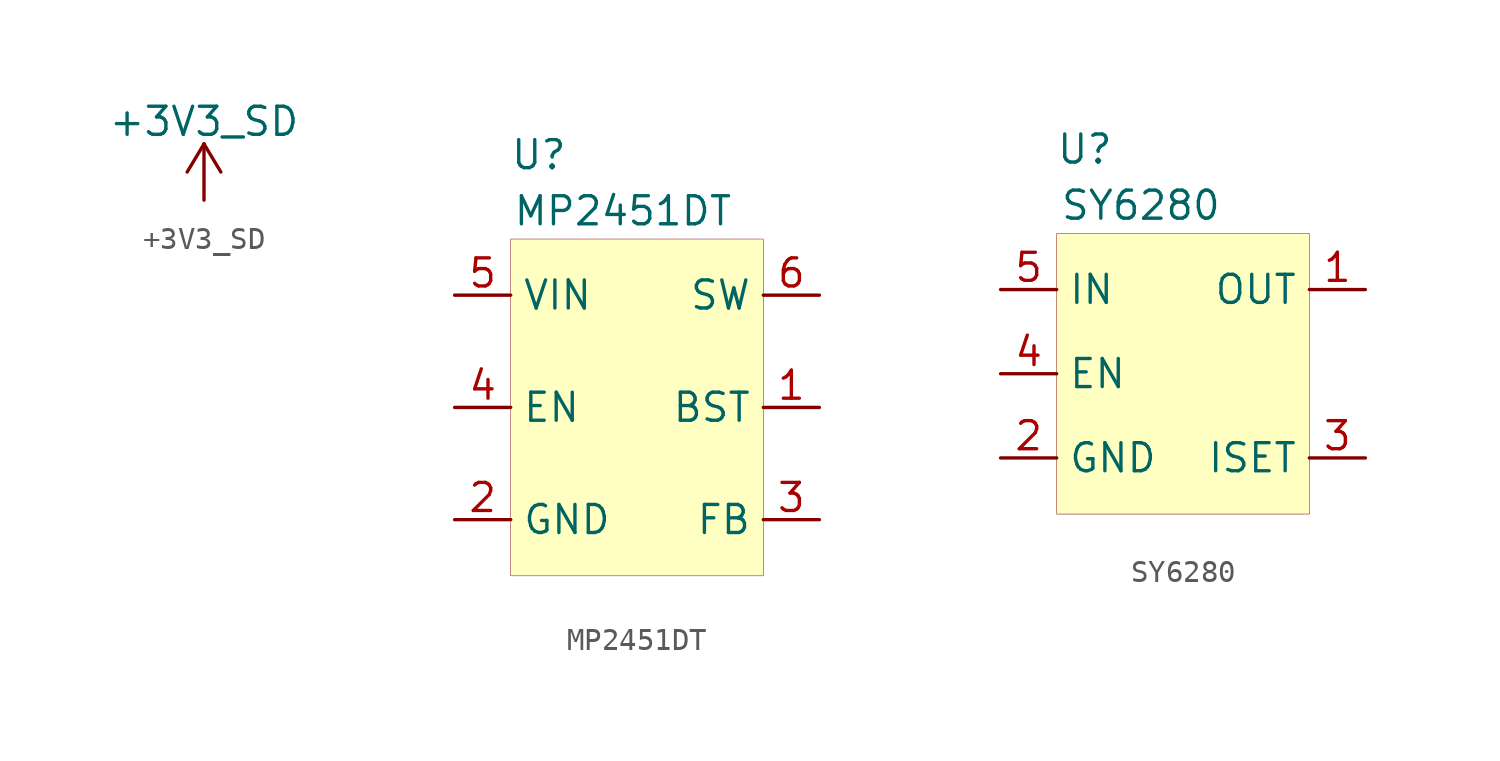
<source format=kicad_sym>
(kicad_symbol_lib
  (version 20201005)
  (generator kicad_symbol_editor)
  (symbol "myLib:+3V3_SD"
    (power)
    (pin_names
      (offset 0))
    (property "Reference" "#PWR"
      (at 0 -3.81 0)
      (effects (font (size 1.27 1.27)) hide))
    (property "Value" "+3V3_SD"
      (at 0 3.556 0)
      (effects (font (size 1.27 1.27))))
    (symbol "+3V3_SD_0_1"
      (polyline (pts (xy -0.762 1.27) (xy 0 2.54)) (stroke (width 0)) (fill (type none)))
      (polyline (pts (xy 0 0) (xy 0 2.54)) (stroke (width 0)) (fill (type none)))
      (polyline (pts (xy 0 2.54) (xy 0.762 1.27)) (stroke (width 0)) (fill (type none))))
    (symbol "+3V3_SD_1_1"
      (pin power_in line (at 0 0 90) (length 0) hide (name "+3V3" (effects (font (size 1.27 1.27)))) (number "1" (effects (font (size 1.27 1.27)))))))
  (symbol "myLib:MP2451DT"
    (property "Reference" "U"
      (at 1.27 3.81 0)
      (effects (font (size 1.27 1.27))))
    (property "Value" "MP2451DT"
      (at 5.08 1.27 0)
      (effects (font (size 1.27 1.27))))
    (symbol "MP2451DT_0_1"
      (rectangle (start 0 0) (end 11.43 -15.24) (stroke (width 0.001)) (fill (type background))))
    (symbol "MP2451DT_1_1"
      (pin passive line (at 13.97 -7.62 180) (length 2.54) (name "BST" (effects (font (size 1.27 1.27)))) (number "1" (effects (font (size 1.27 1.27)))))
      (pin power_in line (at -2.54 -12.7 0) (length 2.54) (name "GND" (effects (font (size 1.27 1.27)))) (number "2" (effects (font (size 1.27 1.27)))))
      (pin passive line (at 13.97 -12.7 180) (length 2.54) (name "FB" (effects (font (size 1.27 1.27)))) (number "3" (effects (font (size 1.27 1.27)))))
      (pin passive line (at -2.54 -7.62 0) (length 2.54) (name "EN" (effects (font (size 1.27 1.27)))) (number "4" (effects (font (size 1.27 1.27)))))
      (pin power_in line (at -2.54 -2.54 0) (length 2.54) (name "VIN" (effects (font (size 1.27 1.27)))) (number "5" (effects (font (size 1.27 1.27)))))
      (pin passive line (at 13.97 -2.54 180) (length 2.54) (name "SW" (effects (font (size 1.27 1.27)))) (number "6" (effects (font (size 1.27 1.27)))))))
  (symbol "myLib:SY6280"
    (property "Reference" "U"
      (at 1.27 3.81 0)
      (effects (font (size 1.27 1.27))))
    (property "Value" "SY6280"
      (at 3.81 1.27 0)
      (effects (font (size 1.27 1.27))))
    (symbol "SY6280_0_1"
      (rectangle (start 0 0) (end 11.43 -12.7) (stroke (width 0.001)) (fill (type background))))
    (symbol "SY6280_1_1"
      (pin power_out line (at 13.97 -2.54 180) (length 2.54) (name "OUT" (effects (font (size 1.27 1.27)))) (number "1" (effects (font (size 1.27 1.27)))))
      (pin power_in line (at -2.54 -10.16 0) (length 2.54) (name "GND" (effects (font (size 1.27 1.27)))) (number "2" (effects (font (size 1.27 1.27)))))
      (pin passive line (at 13.97 -10.16 180) (length 2.54) (name "ISET" (effects (font (size 1.27 1.27)))) (number "3" (effects (font (size 1.27 1.27)))))
      (pin power_in line (at -2.54 -2.54 0) (length 2.54) (name "IN" (effects (font (size 1.27 1.27)))) (number "5" (effects (font (size 1.27 1.27)))))
      (pin passive line (at -2.54 -6.35 0) (length 2.54) (name "EN" (effects (font (size 1.27 1.27)))) (number "4" (effects (font (size 1.27 1.27))))))))
</source>
